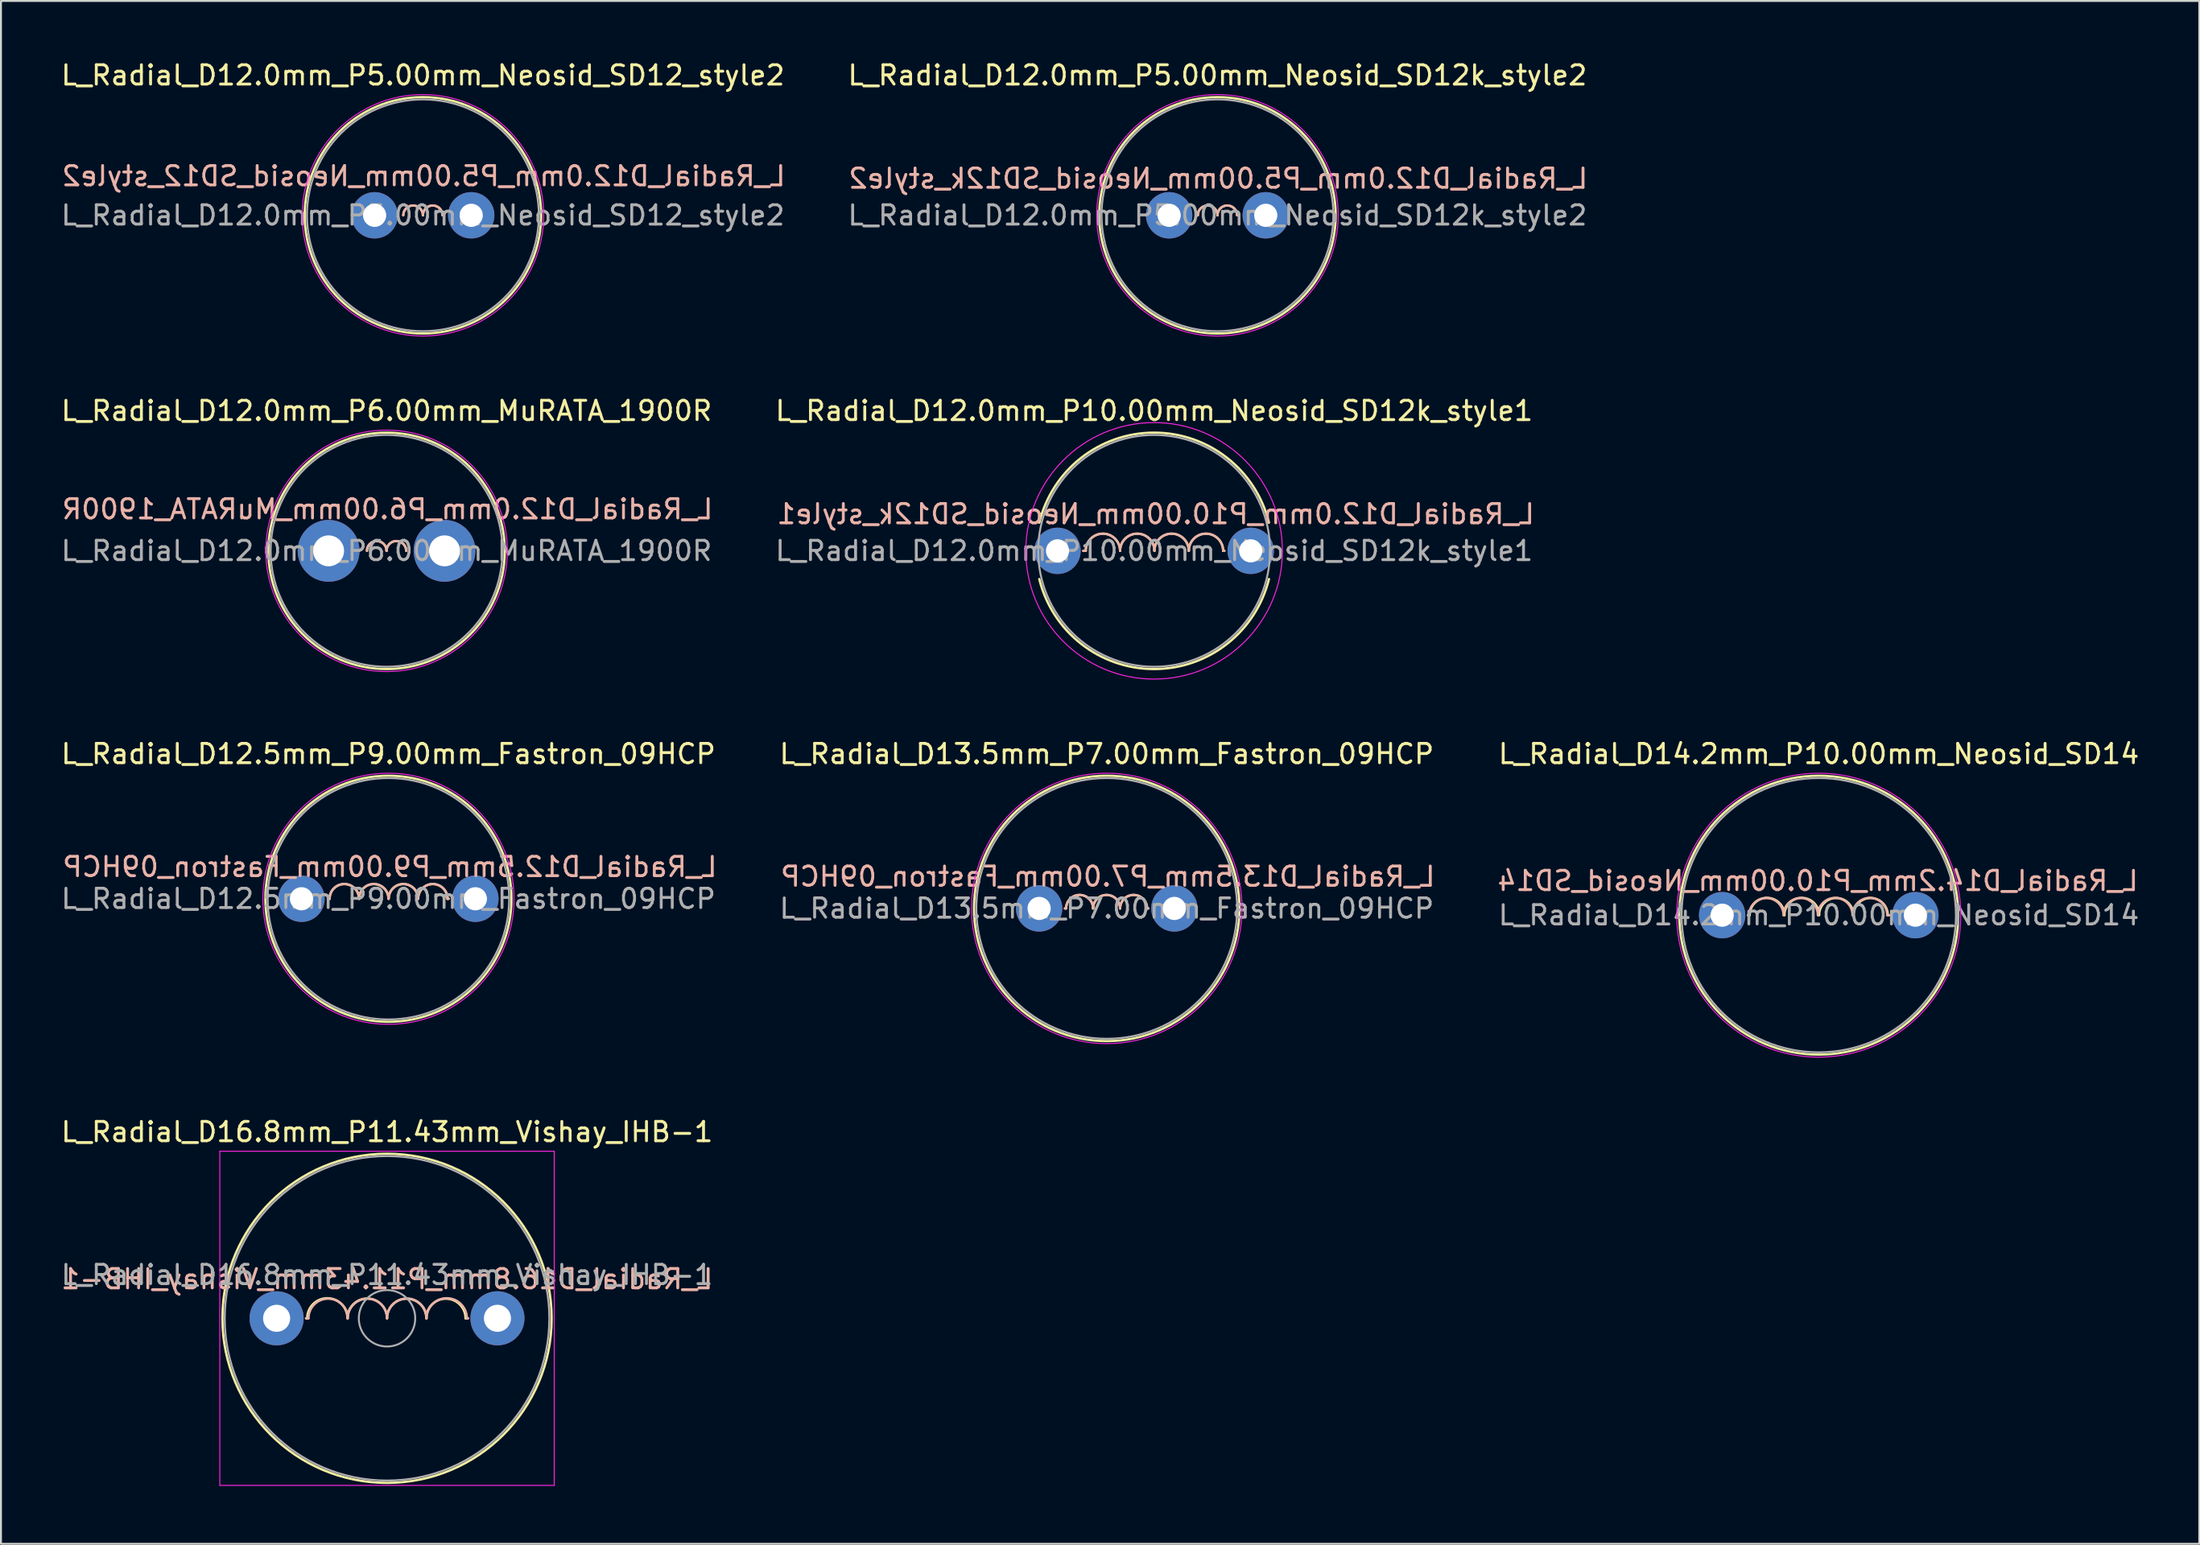
<source format=kicad_pcb>
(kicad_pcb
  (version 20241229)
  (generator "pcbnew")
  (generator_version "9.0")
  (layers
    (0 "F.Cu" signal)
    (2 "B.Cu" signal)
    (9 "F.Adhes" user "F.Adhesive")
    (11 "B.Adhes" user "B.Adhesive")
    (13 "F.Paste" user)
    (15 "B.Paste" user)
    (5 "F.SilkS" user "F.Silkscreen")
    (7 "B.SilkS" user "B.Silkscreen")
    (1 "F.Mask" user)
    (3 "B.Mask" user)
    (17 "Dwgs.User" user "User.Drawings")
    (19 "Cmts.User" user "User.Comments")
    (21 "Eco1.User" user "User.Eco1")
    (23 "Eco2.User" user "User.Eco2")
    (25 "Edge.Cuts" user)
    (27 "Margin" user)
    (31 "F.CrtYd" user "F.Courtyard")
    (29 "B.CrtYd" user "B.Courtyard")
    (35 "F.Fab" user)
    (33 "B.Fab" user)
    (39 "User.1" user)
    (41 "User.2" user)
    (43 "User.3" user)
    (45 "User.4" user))
  (footprint "L_Radial_D12.0mm_P6.00mm_MuRATA_1900R"
    (layer "F.Cu")
    (at 13.958 25.471)
    (property "Reference" "L_Radial_D12.0mm_P6.00mm_MuRATA_1900R" (at 3 -7.25 0) (layer "F.SilkS") (effects (font (size 1 1) (thickness 0.15))))
    (fp_arc (start 1.984 0) (mid 2.492 -0.508) (end 3 0) (stroke (width 0.12) (type solid)) (layer "F.SilkS"))
    (fp_arc (start 3 0) (mid 3.508 -0.508) (end 4.016 0) (stroke (width 0.12) (type solid)) (layer "F.SilkS"))
    (fp_circle (center 3 0) (end 9.12 0) (stroke (width 0.12) (type solid)) (fill no) (layer "F.SilkS"))
    (fp_arc (start 1.984 0) (mid 2.492 -0.508) (end 3 0) (stroke (width 0.12) (type solid)) (layer "B.SilkS"))
    (fp_arc (start 3 0) (mid 3.508 -0.508) (end 4.016 0) (stroke (width 0.12) (type solid)) (layer "B.SilkS"))
    (fp_circle (center 3 0) (end 9.25 0) (stroke (width 0.05) (type solid)) (fill no) (layer "F.CrtYd"))
    (fp_circle (center 3 0) (end 9 0) (stroke (width 0.1) (type solid)) (fill no) (layer "F.Fab"))
    (fp_text user "${REFERENCE}" (at 3.048 -2.159 0) (layer "B.SilkS") (effects (font (size 1 1) (thickness 0.15)) (justify mirror)))
    (fp_text user "${REFERENCE}" (at 3 0 0) (layer "F.Fab") (effects (font (size 1 1) (thickness 0.15))))
    (pad "1" thru_hole circle (at 0 0) (size 3.2 3.2) (drill 1.6) (layers "*.Cu" "*.Mask"))
    (pad "2" thru_hole circle (at 6 0) (size 3.2 3.2) (drill 1.6) (layers "*.Cu" "*.Mask")))
  (footprint "L_Radial_D16.8mm_P11.43mm_Vishay_IHB-1"
    (layer "F.Cu")
    (at 11.267 65.208)
    (property "Reference" "L_Radial_D16.8mm_P11.43mm_Vishay_IHB-1" (at 5.715 -9.65 0) (layer "F.SilkS") (effects (font (size 1 1) (thickness 0.15))))
    (fp_line (start 1.583 0) (end 1.524 0) (stroke (width 0.12) (type solid)) (layer "F.SilkS"))
    (fp_line (start 9.779 0) (end 9.906 0) (stroke (width 0.12) (type solid)) (layer "F.SilkS"))
    (fp_arc (start 1.583 0) (mid 2.6245 -1.0415) (end 3.666 0) (stroke (width 0.12) (type solid)) (layer "F.SilkS"))
    (fp_arc (start 3.666 0) (mid 4.6905 -1.0245) (end 5.715 0) (stroke (width 0.12) (type solid)) (layer "F.SilkS"))
    (fp_arc (start 5.715 0) (mid 6.731 -1.016) (end 7.747 0) (stroke (width 0.12) (type solid)) (layer "F.SilkS"))
    (fp_arc (start 7.747 0) (mid 8.763 -1.016) (end 9.779 0) (stroke (width 0.12) (type solid)) (layer "F.SilkS"))
    (fp_circle (center 5.715 0) (end 14.235 0) (stroke (width 0.12) (type solid)) (fill no) (layer "F.SilkS"))
    (fp_line (start 1.651 0) (end 1.524 0) (stroke (width 0.12) (type solid)) (layer "B.SilkS"))
    (fp_line (start 9.847 0) (end 9.906 0) (stroke (width 0.12) (type solid)) (layer "B.SilkS"))
    (fp_arc (start 1.651 0) (mid 2.667 -1.016) (end 3.683 0) (stroke (width 0.12) (type solid)) (layer "B.SilkS"))
    (fp_arc (start 3.683 0) (mid 4.699 -1.016) (end 5.715 0) (stroke (width 0.12) (type solid)) (layer "B.SilkS"))
    (fp_arc (start 5.715 0) (mid 6.7395 -1.0245) (end 7.764 0) (stroke (width 0.12) (type solid)) (layer "B.SilkS"))
    (fp_arc (start 7.764 0) (mid 8.8055 -1.0415) (end 9.847 0) (stroke (width 0.12) (type solid)) (layer "B.SilkS"))
    (fp_line (start -2.94 -8.65) (end -2.94 8.65) (stroke (width 0.05) (type solid)) (layer "F.CrtYd"))
    (fp_line (start -2.94 8.65) (end 14.37 8.65) (stroke (width 0.05) (type solid)) (layer "F.CrtYd"))
    (fp_line (start 14.37 -8.65) (end -2.94 -8.65) (stroke (width 0.05) (type solid)) (layer "F.CrtYd"))
    (fp_line (start 14.37 8.65) (end 14.37 -8.65) (stroke (width 0.05) (type solid)) (layer "F.CrtYd"))
    (fp_circle (center 5.715 0) (end 7.175 0) (stroke (width 0.1) (type solid)) (fill no) (layer "F.Fab"))
    (fp_circle (center 5.715 0) (end 14.115 0) (stroke (width 0.1) (type solid)) (fill no) (layer "F.Fab"))
    (fp_text user "${REFERENCE}" (at 5.715 -2.032 0) (layer "B.SilkS") (effects (font (size 1 1) (thickness 0.15)) (justify mirror)))
    (fp_text user "${REFERENCE}" (at 5.715 -2.25 0) (layer "F.Fab") (effects (font (size 1 1) (thickness 0.15))))
    (pad "1" thru_hole circle (at 0 0) (size 2.8 2.8) (drill 1.4) (layers "*.Cu" "*.Mask"))
    (pad "2" thru_hole circle (at 11.43 0) (size 2.8 2.8) (drill 1.4) (layers "*.Cu" "*.Mask")))
  (footprint "L_Radial_D12.0mm_P5.00mm_Neosid_SD12_style2"
    (layer "F.Cu")
    (at 16.339 8.098)
    (property "Reference" "L_Radial_D12.0mm_P5.00mm_Neosid_SD12_style2" (at 2.5 -7.25 0) (layer "F.SilkS") (effects (font (size 1 1) (thickness 0.15))))
    (fp_arc (start 1.484 0) (mid 1.992 -0.508) (end 2.5 0) (stroke (width 0.12) (type solid)) (layer "F.SilkS"))
    (fp_arc (start 2.5 0) (mid 3.008 -0.508) (end 3.516 0) (stroke (width 0.12) (type solid)) (layer "F.SilkS"))
    (fp_circle (center 2.5 0) (end 8.62 0) (stroke (width 0.12) (type solid)) (fill no) (layer "F.SilkS"))
    (fp_arc (start 1.484 0) (mid 1.992 -0.508) (end 2.5 0) (stroke (width 0.12) (type solid)) (layer "B.SilkS"))
    (fp_arc (start 2.5 0) (mid 3.008 -0.508) (end 3.516 0) (stroke (width 0.12) (type solid)) (layer "B.SilkS"))
    (fp_circle (center 2.5 0) (end 8.75 0) (stroke (width 0.05) (type solid)) (fill no) (layer "F.CrtYd"))
    (fp_circle (center 2.5 0) (end 8.5 0) (stroke (width 0.1) (type solid)) (fill no) (layer "F.Fab"))
    (fp_text user "${REFERENCE}" (at 2.54 -2.032 0) (layer "B.SilkS") (effects (font (size 1 1) (thickness 0.15)) (justify mirror)))
    (fp_text user "${REFERENCE}" (at 2.5 0 0) (layer "F.Fab") (effects (font (size 1 1) (thickness 0.15))))
    (pad "1" thru_hole circle (at 0 0) (size 2.4 2.4) (drill 1.2) (layers "*.Cu" "*.Mask"))
    (pad "2" thru_hole circle (at 5 0) (size 2.4 2.4) (drill 1.2) (layers "*.Cu" "*.Mask")))
  (footprint "L_Radial_D13.5mm_P7.00mm_Fastron_09HCP"
    (layer "F.Cu")
    (at 50.733 43.985)
    (property "Reference" "L_Radial_D13.5mm_P7.00mm_Fastron_09HCP" (at 3.5 -8 0) (layer "F.SilkS") (effects (font (size 1 1) (thickness 0.15))))
    (fp_line (start 1.397 0) (end 1.333 0) (stroke (width 0.12) (type solid)) (layer "F.SilkS"))
    (fp_line (start 5.588 0) (end 5.652 0) (stroke (width 0.12) (type solid)) (layer "F.SilkS"))
    (fp_arc (start 1.397 0) (mid 2.0955 -0.6985) (end 2.794 0) (stroke (width 0.12) (type solid)) (layer "F.SilkS"))
    (fp_arc (start 2.794 0) (mid 3.4925 -0.6985) (end 4.191 0) (stroke (width 0.12) (type solid)) (layer "F.SilkS"))
    (fp_arc (start 4.191 0) (mid 4.8895 -0.6985) (end 5.588 0) (stroke (width 0.12) (type solid)) (layer "F.SilkS"))
    (fp_circle (center 3.5 0) (end 10.37 0) (stroke (width 0.12) (type solid)) (fill no) (layer "F.SilkS"))
    (fp_line (start 1.397 0) (end 1.333 0) (stroke (width 0.12) (type solid)) (layer "B.SilkS"))
    (fp_line (start 5.588 0) (end 5.652 0) (stroke (width 0.12) (type solid)) (layer "B.SilkS"))
    (fp_arc (start 1.397 0) (mid 2.0955 -0.6985) (end 2.794 0) (stroke (width 0.12) (type solid)) (layer "B.SilkS"))
    (fp_arc (start 2.794 0) (mid 3.4925 -0.6985) (end 4.191 0) (stroke (width 0.12) (type solid)) (layer "B.SilkS"))
    (fp_arc (start 4.191 0) (mid 4.8895 -0.6985) (end 5.588 0) (stroke (width 0.12) (type solid)) (layer "B.SilkS"))
    (fp_circle (center 3.5 0) (end 10.5 0) (stroke (width 0.05) (type solid)) (fill no) (layer "F.CrtYd"))
    (fp_circle (center 3.5 0) (end 10.25 0) (stroke (width 0.1) (type solid)) (fill no) (layer "F.Fab"))
    (fp_text user "${REFERENCE}" (at 3.556 -1.651 0) (layer "B.SilkS") (effects (font (size 1 1) (thickness 0.15)) (justify mirror)))
    (fp_text user "${REFERENCE}" (at 3.5 0 0) (layer "F.Fab") (effects (font (size 1 1) (thickness 0.15))))
    (pad "1" thru_hole circle (at 0 0) (size 2.4 2.4) (drill 1.2) (layers "*.Cu" "*.Mask"))
    (pad "2" thru_hole circle (at 7 0) (size 2.4 2.4) (drill 1.2) (layers "*.Cu" "*.Mask")))
  (footprint "L_Radial_D14.2mm_P10.00mm_Neosid_SD14"
    (layer "F.Cu")
    (at 86.086 44.335)
    (property "Reference" "L_Radial_D14.2mm_P10.00mm_Neosid_SD14" (at 5 -8.35 0) (layer "F.SilkS") (effects (font (size 1 1) (thickness 0.15))))
    (fp_line (start 1.427 0) (end 1.333 0) (stroke (width 0.12) (type solid)) (layer "F.SilkS"))
    (fp_line (start 8.572 0) (end 8.636 0) (stroke (width 0.12) (type solid)) (layer "F.SilkS"))
    (fp_arc (start 1.4265 0) (mid 2.324 -0.8975) (end 3.2215 0) (stroke (width 0.12) (type solid)) (layer "F.SilkS"))
    (fp_arc (start 3.2215 0) (mid 4.119 -0.8975) (end 5.0165 0) (stroke (width 0.12) (type solid)) (layer "F.SilkS"))
    (fp_arc (start 5.0165 0) (mid 5.9055 -0.889) (end 6.7945 0) (stroke (width 0.12) (type solid)) (layer "F.SilkS"))
    (fp_arc (start 6.7945 0) (mid 7.6835 -0.889) (end 8.5725 0) (stroke (width 0.12) (type solid)) (layer "F.SilkS"))
    (fp_circle (center 5 0) (end 12.22 0) (stroke (width 0.12) (type solid)) (fill no) (layer "F.SilkS"))
    (fp_line (start 1.397 0) (end 1.333 0) (stroke (width 0.12) (type solid)) (layer "B.SilkS"))
    (fp_line (start 8.543 0) (end 8.636 0) (stroke (width 0.12) (type solid)) (layer "B.SilkS"))
    (fp_arc (start 1.397 0) (mid 2.286 -0.889) (end 3.175 0) (stroke (width 0.12) (type solid)) (layer "B.SilkS"))
    (fp_arc (start 3.175 0) (mid 4.064 -0.889) (end 4.953 0) (stroke (width 0.12) (type solid)) (layer "B.SilkS"))
    (fp_arc (start 4.953 0) (mid 5.8505 -0.8975) (end 6.748 0) (stroke (width 0.12) (type solid)) (layer "B.SilkS"))
    (fp_arc (start 6.748 0) (mid 7.6455 -0.8975) (end 8.543 0) (stroke (width 0.12) (type solid)) (layer "B.SilkS"))
    (fp_circle (center 5 0) (end 12.35 0) (stroke (width 0.05) (type solid)) (fill no) (layer "F.CrtYd"))
    (fp_circle (center 5 0) (end 12.1 0) (stroke (width 0.1) (type solid)) (fill no) (layer "F.Fab"))
    (fp_text user "${REFERENCE}" (at 4.953 -1.778 0) (layer "B.SilkS") (effects (font (size 1 1) (thickness 0.15)) (justify mirror)))
    (fp_text user "${REFERENCE}" (at 5 0 0) (layer "F.Fab") (effects (font (size 1 1) (thickness 0.15))))
    (pad "1" thru_hole circle (at 0 0) (size 2.4 2.4) (drill 1.2) (layers "*.Cu" "*.Mask"))
    (pad "2" thru_hole circle (at 10 0) (size 2.4 2.4) (drill 1.2) (layers "*.Cu" "*.Mask")))
  (footprint "L_Radial_D12.0mm_P10.00mm_Neosid_SD12k_style1"
    (layer "F.Cu")
    (at 51.685 25.471)
    (property "Reference" "L_Radial_D12.0mm_P10.00mm_Neosid_SD12k_style1" (at 5 -7.25 0) (layer "F.SilkS") (effects (font (size 1 1) (thickness 0.15))))
    (fp_line (start 1.46 0) (end 1.333 0) (stroke (width 0.12) (type solid)) (layer "F.SilkS"))
    (fp_line (start 8.572 0) (end 8.636 0) (stroke (width 0.12) (type solid)) (layer "F.SilkS"))
    (fp_arc (start -0.943299 -1.46) (mid 5 -6.12) (end 10.943299 -1.46) (stroke (width 0.12) (type solid)) (layer "F.SilkS"))
    (fp_arc (start 1.4605 0) (mid 2.3495 -0.889) (end 3.2385 0) (stroke (width 0.12) (type solid)) (layer "F.SilkS"))
    (fp_arc (start 3.2385 0) (mid 4.1275 -0.889) (end 5.0165 0) (stroke (width 0.12) (type solid)) (layer "F.SilkS"))
    (fp_arc (start 5.0165 0) (mid 5.9055 -0.889) (end 6.7945 0) (stroke (width 0.12) (type solid)) (layer "F.SilkS"))
    (fp_arc (start 6.7945 0) (mid 7.6835 -0.889) (end 8.5725 0) (stroke (width 0.12) (type solid)) (layer "F.SilkS"))
    (fp_arc (start 10.943299 1.46) (mid 5 6.12) (end -0.943299 1.46) (stroke (width 0.12) (type solid)) (layer "F.SilkS"))
    (fp_line (start 1.46 0) (end 1.333 0) (stroke (width 0.12) (type solid)) (layer "B.SilkS"))
    (fp_line (start 8.572 0) (end 8.636 0) (stroke (width 0.12) (type solid)) (layer "B.SilkS"))
    (fp_arc (start 1.4605 0) (mid 2.3495 -0.889) (end 3.2385 0) (stroke (width 0.12) (type solid)) (layer "B.SilkS"))
    (fp_arc (start 3.2385 0) (mid 4.1275 -0.889) (end 5.0165 0) (stroke (width 0.12) (type solid)) (layer "B.SilkS"))
    (fp_arc (start 5.0165 0) (mid 5.9055 -0.889) (end 6.7945 0) (stroke (width 0.12) (type solid)) (layer "B.SilkS"))
    (fp_arc (start 6.7945 0) (mid 7.6835 -0.889) (end 8.5725 0) (stroke (width 0.12) (type solid)) (layer "B.SilkS"))
    (fp_circle (center 5 0) (end 11.64 0) (stroke (width 0.05) (type solid)) (fill no) (layer "F.CrtYd"))
    (fp_circle (center 5 0) (end 11 0) (stroke (width 0.1) (type solid)) (fill no) (layer "F.Fab"))
    (fp_text user "${REFERENCE}" (at 5.08 -1.905 0) (layer "B.SilkS") (effects (font (size 1 1) (thickness 0.15)) (justify mirror)))
    (fp_text user "${REFERENCE}" (at 5 0 0) (layer "F.Fab") (effects (font (size 1 1) (thickness 0.15))))
    (pad "1" thru_hole circle (at 0 0) (size 2.4 2.4) (drill 1.2) (layers "*.Cu" "*.Mask"))
    (pad "2" thru_hole circle (at 10 0) (size 2.4 2.4) (drill 1.2) (layers "*.Cu" "*.Mask")))
  (footprint "L_Radial_D12.0mm_P5.00mm_Neosid_SD12k_style2"
    (layer "F.Cu")
    (at 57.463 8.098)
    (property "Reference" "L_Radial_D12.0mm_P5.00mm_Neosid_SD12k_style2" (at 2.5 -7.25 0) (layer "F.SilkS") (effects (font (size 1 1) (thickness 0.15))))
    (fp_arc (start 1.484 0) (mid 1.992 -0.508) (end 2.5 0) (stroke (width 0.12) (type solid)) (layer "F.SilkS"))
    (fp_arc (start 2.5 0) (mid 3.008 -0.508) (end 3.516 0) (stroke (width 0.12) (type solid)) (layer "F.SilkS"))
    (fp_circle (center 2.5 0) (end 8.62 0) (stroke (width 0.12) (type solid)) (fill no) (layer "F.SilkS"))
    (fp_arc (start 1.484 0) (mid 1.992 -0.508) (end 2.5 0) (stroke (width 0.12) (type solid)) (layer "B.SilkS"))
    (fp_arc (start 2.5 0) (mid 3.008 -0.508) (end 3.516 0) (stroke (width 0.12) (type solid)) (layer "B.SilkS"))
    (fp_circle (center 2.5 0) (end 8.75 0) (stroke (width 0.05) (type solid)) (fill no) (layer "F.CrtYd"))
    (fp_circle (center 2.5 0) (end 8.5 0) (stroke (width 0.1) (type solid)) (fill no) (layer "F.Fab"))
    (fp_text user "${REFERENCE}" (at 2.54 -1.905 0) (layer "B.SilkS") (effects (font (size 1 1) (thickness 0.15)) (justify mirror)))
    (fp_text user "${REFERENCE}" (at 2.5 0 0) (layer "F.Fab") (effects (font (size 1 1) (thickness 0.15))))
    (pad "1" thru_hole circle (at 0 0) (size 2.4 2.4) (drill 1.2) (layers "*.Cu" "*.Mask"))
    (pad "2" thru_hole circle (at 5 0) (size 2.4 2.4) (drill 1.2) (layers "*.Cu" "*.Mask")))
  (footprint "L_Radial_D12.5mm_P9.00mm_Fastron_09HCP"
    (layer "F.Cu")
    (at 12.554 43.485)
    (property "Reference" "L_Radial_D12.5mm_P9.00mm_Fastron_09HCP" (at 4.5 -7.5 0) (layer "F.SilkS") (effects (font (size 1 1) (thickness 0.15))))
    (fp_line (start 1.46 0) (end 1.397 0) (stroke (width 0.12) (type solid)) (layer "F.SilkS"))
    (fp_line (start 7.556 0) (end 7.62 0) (stroke (width 0.12) (type solid)) (layer "F.SilkS"))
    (fp_arc (start 1.452 0) (mid 2.214 -0.762) (end 2.976 0) (stroke (width 0.12) (type solid)) (layer "F.SilkS"))
    (fp_arc (start 2.976 0) (mid 3.738 -0.762) (end 4.5 0) (stroke (width 0.12) (type solid)) (layer "F.SilkS"))
    (fp_arc (start 4.5085 0) (mid 5.2705 -0.762) (end 6.0325 0) (stroke (width 0.12) (type solid)) (layer "F.SilkS"))
    (fp_arc (start 6.0325 0) (mid 6.7945 -0.762) (end 7.5565 0) (stroke (width 0.12) (type solid)) (layer "F.SilkS"))
    (fp_circle (center 4.5 0) (end 10.87 0) (stroke (width 0.12) (type solid)) (fill no) (layer "F.SilkS"))
    (fp_line (start 1.46 0) (end 1.397 0) (stroke (width 0.12) (type solid)) (layer "B.SilkS"))
    (fp_line (start 7.556 0) (end 7.62 0) (stroke (width 0.12) (type solid)) (layer "B.SilkS"))
    (fp_arc (start 1.4605 0) (mid 2.2225 -0.762) (end 2.9845 0) (stroke (width 0.12) (type solid)) (layer "B.SilkS"))
    (fp_arc (start 2.9845 0) (mid 3.7465 -0.762) (end 4.5085 0) (stroke (width 0.12) (type solid)) (layer "B.SilkS"))
    (fp_arc (start 4.517 0) (mid 5.279 -0.762) (end 6.041 0) (stroke (width 0.12) (type solid)) (layer "B.SilkS"))
    (fp_arc (start 6.041 0) (mid 6.803 -0.762) (end 7.565 0) (stroke (width 0.12) (type solid)) (layer "B.SilkS"))
    (fp_circle (center 4.5 0) (end 11 0) (stroke (width 0.05) (type solid)) (fill no) (layer "F.CrtYd"))
    (fp_circle (center 4.5 0) (end 10.75 0) (stroke (width 0.1) (type solid)) (fill no) (layer "F.Fab"))
    (fp_text user "${REFERENCE}" (at 4.572 -1.651 0) (layer "B.SilkS") (effects (font (size 1 1) (thickness 0.15)) (justify mirror)))
    (fp_text user "${REFERENCE}" (at 4.5 0 0) (layer "F.Fab") (effects (font (size 1 1) (thickness 0.15))))
    (pad "1" thru_hole circle (at 0 0) (size 2.4 2.4) (drill 1.2) (layers "*.Cu" "*.Mask"))
    (pad "2" thru_hole circle (at 9 0) (size 2.4 2.4) (drill 1.2) (layers "*.Cu" "*.Mask")))
  (gr_rect
    (start -3 -3)
    (end 110.782 76.883)
    (stroke (width 0.1) (type default))
    (fill no)
    (layer "Edge.Cuts")))
</source>
